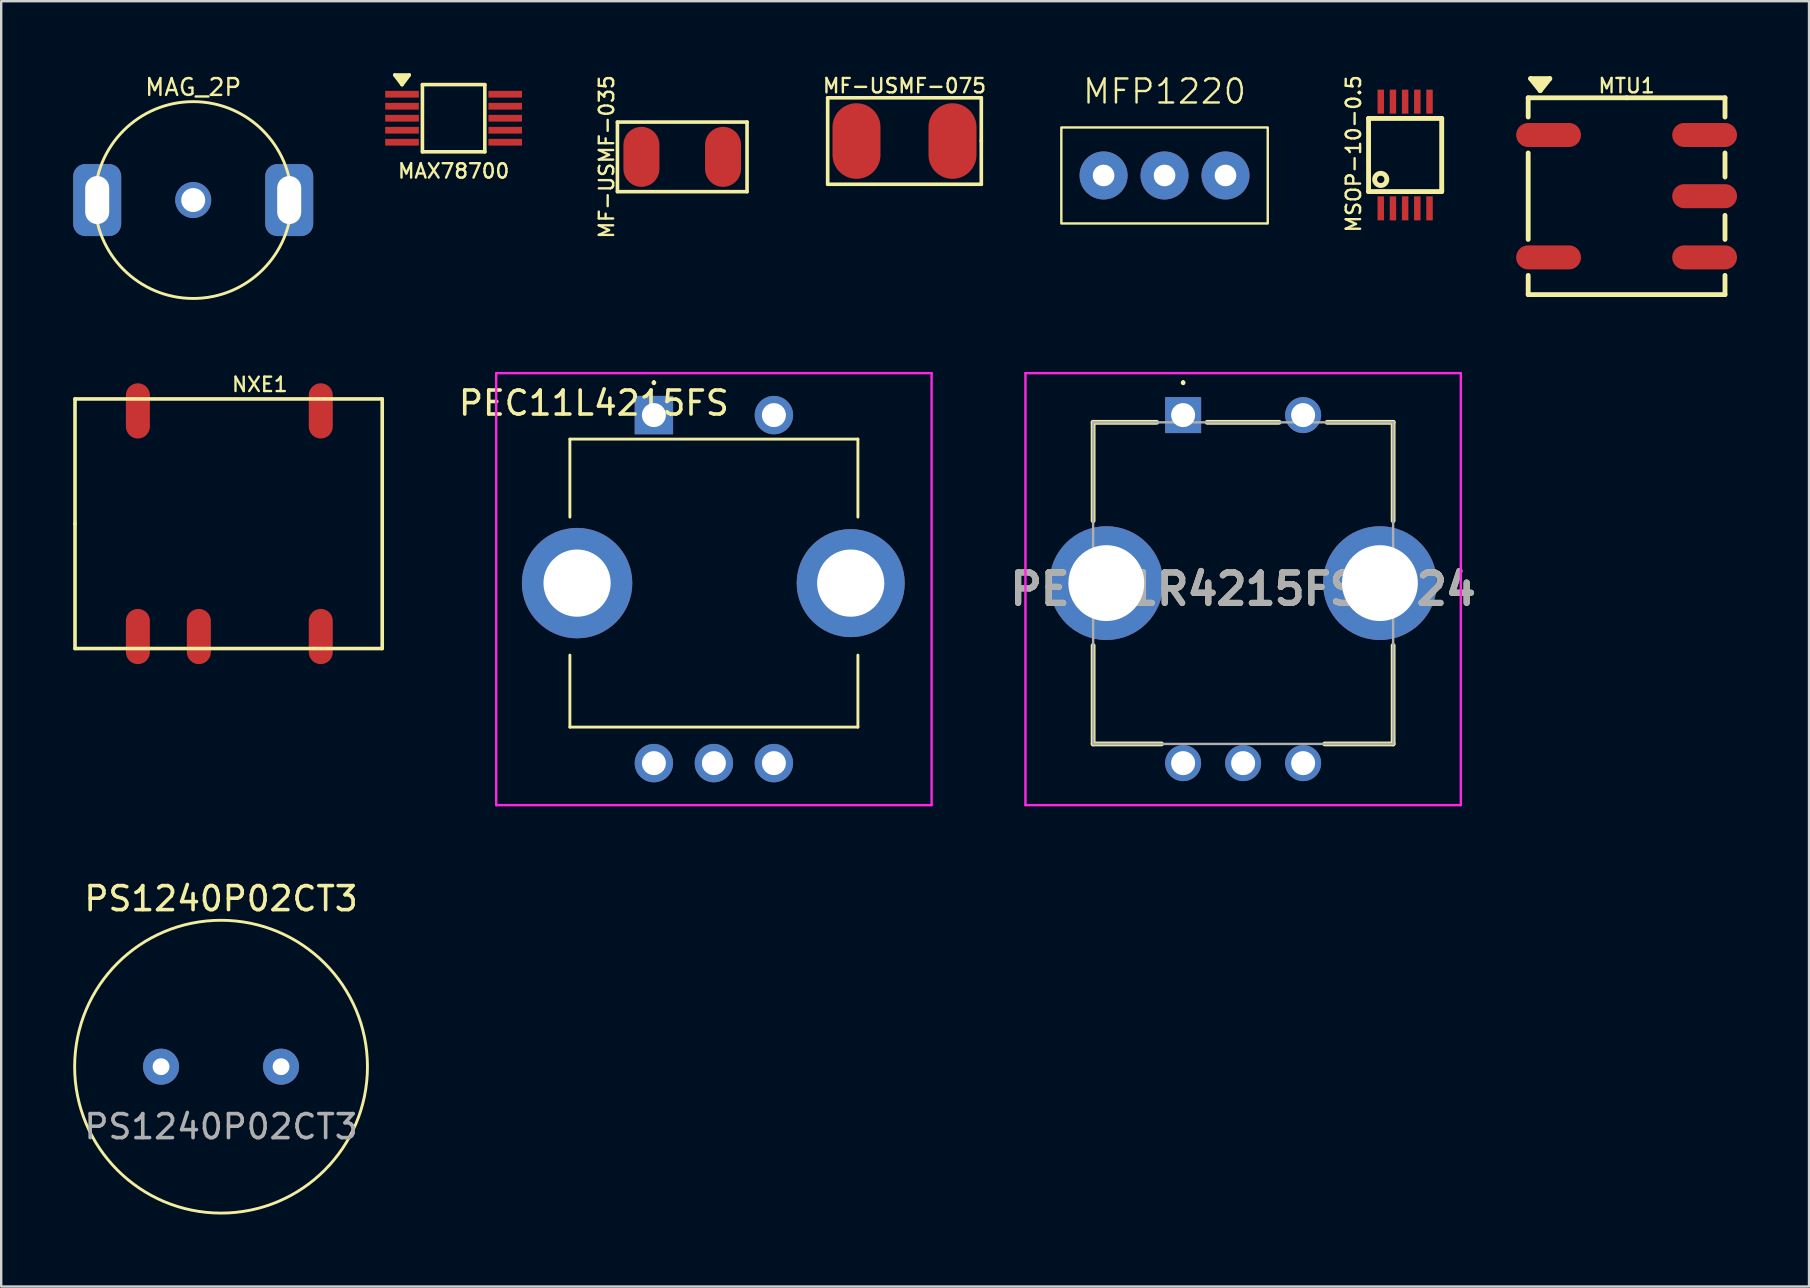
<source format=kicad_pcb>
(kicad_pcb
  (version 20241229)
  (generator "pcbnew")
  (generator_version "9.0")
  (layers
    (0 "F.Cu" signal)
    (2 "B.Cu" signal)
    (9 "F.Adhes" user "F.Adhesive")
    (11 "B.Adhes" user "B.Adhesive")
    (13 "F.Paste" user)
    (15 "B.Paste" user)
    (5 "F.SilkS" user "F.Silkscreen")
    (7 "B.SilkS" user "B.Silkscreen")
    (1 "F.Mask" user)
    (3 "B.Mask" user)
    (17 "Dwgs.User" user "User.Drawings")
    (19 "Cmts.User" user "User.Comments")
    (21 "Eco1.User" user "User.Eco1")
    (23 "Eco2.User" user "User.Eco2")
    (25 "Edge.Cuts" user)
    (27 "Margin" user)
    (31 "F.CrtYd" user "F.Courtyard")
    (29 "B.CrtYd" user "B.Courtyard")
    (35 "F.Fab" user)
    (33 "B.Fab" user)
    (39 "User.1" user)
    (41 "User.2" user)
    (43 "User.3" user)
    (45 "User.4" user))
  (footprint "MF-USMF-075"
    (layer "F.Cu")
    (at 34.635 2.826)
    (property "Reference" "MF-USMF-075" (at 0 -2.301 0) (layer "F.SilkS") (effects (font (size 0.599 0.599) (thickness 0.099))))
    (attr through_hole)
    (fp_line (start -3.2 -1.801) (end -3.2 1.801) (stroke (width 0.152) (type solid)) (layer "F.SilkS"))
    (fp_line (start -3.2 1.801) (end 3.2 1.801) (stroke (width 0.152) (type solid)) (layer "F.SilkS"))
    (fp_line (start 3.2 -1.801) (end -3.2 -1.801) (stroke (width 0.152) (type solid)) (layer "F.SilkS"))
    (fp_line (start 3.2 0) (end 3.2 -1.801) (stroke (width 0.152) (type solid)) (layer "F.SilkS"))
    (fp_line (start 3.2 1.801) (end 3.2 0) (stroke (width 0.152) (type solid)) (layer "F.SilkS"))
    (pad "1" smd oval (at -2 0) (size 2 3.15) (layers "F.Cu" "F.Mask" "F.Paste"))
    (pad "2" smd oval (at 2 0) (size 2 3.15) (layers "F.Cu" "F.Mask" "F.Paste")))
  (footprint "PEC11R4215FS0024"
    (layer "F.Cu")
    (at 48.744 21.245)
    (property "Reference" "PEC11R4215FS0024" (at 0 0.25 0) (layer "F.SilkS") (effects (font (size 1.27 1.27) (thickness 0.254))))
    (attr through_hole)
    (fp_line (start -6.25 -6.7) (end -6.25 -2.6) (stroke (width 0.2) (type solid)) (layer "F.SilkS"))
    (fp_line (start -6.25 2.6) (end -6.25 6.7) (stroke (width 0.2) (type solid)) (layer "F.SilkS"))
    (fp_line (start -6.25 6.7) (end -3.4 6.7) (stroke (width 0.2) (type solid)) (layer "F.SilkS"))
    (fp_line (start -3.6 -6.7) (end -6.25 -6.7) (stroke (width 0.2) (type solid)) (layer "F.SilkS"))
    (fp_line (start -2.5 -8.4) (end -2.5 -8.4) (stroke (width 0.1) (type solid)) (layer "F.SilkS"))
    (fp_line (start -2.5 -8.3) (end -2.5 -8.3) (stroke (width 0.1) (type solid)) (layer "F.SilkS"))
    (fp_line (start 1.5 -6.7) (end -1.5 -6.7) (stroke (width 0.2) (type solid)) (layer "F.SilkS"))
    (fp_line (start 3.4 6.7) (end 6.25 6.7) (stroke (width 0.2) (type solid)) (layer "F.SilkS"))
    (fp_line (start 6.25 -6.7) (end 3.5 -6.7) (stroke (width 0.2) (type solid)) (layer "F.SilkS"))
    (fp_line (start 6.25 -2.6) (end 6.25 -6.7) (stroke (width 0.2) (type solid)) (layer "F.SilkS"))
    (fp_line (start 6.25 6.7) (end 6.25 2.6) (stroke (width 0.2) (type solid)) (layer "F.SilkS"))
    (fp_arc (start -2.5 -8.4) (mid -2.45 -8.35) (end -2.5 -8.3) (stroke (width 0.1) (type solid)) (layer "F.SilkS"))
    (fp_arc (start -2.5 -8.3) (mid -2.55 -8.35) (end -2.5 -8.4) (stroke (width 0.1) (type solid)) (layer "F.SilkS"))
    (fp_line (start -9.07 -8.75) (end 9.07 -8.75) (stroke (width 0.1) (type solid)) (layer "F.CrtYd"))
    (fp_line (start -9.07 9.25) (end -9.07 -8.75) (stroke (width 0.1) (type solid)) (layer "F.CrtYd"))
    (fp_line (start 9.07 -8.75) (end 9.07 9.25) (stroke (width 0.1) (type solid)) (layer "F.CrtYd"))
    (fp_line (start 9.07 9.25) (end -9.07 9.25) (stroke (width 0.1) (type solid)) (layer "F.CrtYd"))
    (fp_line (start -6.25 -6.7) (end -6.25 6.7) (stroke (width 0.1) (type solid)) (layer "F.Fab"))
    (fp_line (start -6.25 6.7) (end 6.25 6.7) (stroke (width 0.1) (type solid)) (layer "F.Fab"))
    (fp_line (start 6.25 -6.7) (end -6.25 -6.7) (stroke (width 0.1) (type solid)) (layer "F.Fab"))
    (fp_line (start 6.25 6.7) (end 6.25 -6.7) (stroke (width 0.1) (type solid)) (layer "F.Fab"))
    (fp_text user "${REFERENCE}" (at 0 0.25 0) (layer "F.Fab") (effects (font (size 1.27 1.27) (thickness 0.254))))
    (pad "1" thru_hole rect (at -2.5 -7) (size 1.5 1.5) (drill 1) (layers "*.Cu" "*.Mask"))
    (pad "2" thru_hole circle (at 2.5 -7) (size 1.5 1.5) (drill 1) (layers "*.Cu" "*.Mask"))
    (pad "A1" thru_hole circle (at -2.5 7.5) (size 1.5 1.5) (drill 1) (layers "*.Cu" "*.Mask"))
    (pad "B1" thru_hole circle (at 2.5 7.5) (size 1.5 1.5) (drill 1) (layers "*.Cu" "*.Mask"))
    (pad "C1" thru_hole circle (at 0 7.5) (size 1.5 1.5) (drill 1) (layers "*.Cu" "*.Mask"))
    (pad "MH1" thru_hole circle (at -5.7 0) (size 4.74 4.74) (drill 3.16) (layers "*.Cu" "*.Mask"))
    (pad "MH2" thru_hole circle (at 5.7 0) (size 4.74 4.74) (drill 3.16) (layers "*.Cu" "*.Mask")))
  (footprint "MAX78700"
    (layer "F.Cu")
    (at 15.85 1.876)
    (property "Reference" "MAX78700" (at 0 2.2 0) (layer "F.SilkS") (effects (font (size 0.6 0.6) (thickness 0.1))))
    (attr smd)
    (fp_line (start -2.451 -1.801) (end -2.149 -1.4) (stroke (width 0.15) (type solid)) (layer "F.SilkS"))
    (fp_line (start -2.35 -1.699) (end -1.999 -1.699) (stroke (width 0.15) (type solid)) (layer "F.SilkS"))
    (fp_line (start -2.251 -1.6) (end -2.05 -1.6) (stroke (width 0.15) (type solid)) (layer "F.SilkS"))
    (fp_line (start -2.149 -1.4) (end -1.849 -1.801) (stroke (width 0.15) (type solid)) (layer "F.SilkS"))
    (fp_line (start -1.849 -1.801) (end -2.451 -1.801) (stroke (width 0.15) (type solid)) (layer "F.SilkS"))
    (fp_line (start -1.3 -1.4) (end -1.3 1.4) (stroke (width 0.15) (type solid)) (layer "F.SilkS"))
    (fp_line (start -1.3 1.4) (end 1.3 1.4) (stroke (width 0.15) (type solid)) (layer "F.SilkS"))
    (fp_line (start 1.3 -1.4) (end -1.3 -1.4) (stroke (width 0.15) (type solid)) (layer "F.SilkS"))
    (fp_line (start 1.3 1.4) (end 1.3 -1.4) (stroke (width 0.15) (type solid)) (layer "F.SilkS"))
    (pad "1" smd rect (at -2.15 -1 270) (size 0.28 1.4) (layers "F.Cu" "F.Mask" "F.Paste"))
    (pad "2" smd rect (at -2.15 -0.5 270) (size 0.28 1.4) (layers "F.Cu" "F.Mask" "F.Paste"))
    (pad "3" smd rect (at -2.15 0 270) (size 0.28 1.4) (layers "F.Cu" "F.Mask" "F.Paste"))
    (pad "4" smd rect (at -2.15 0.5 270) (size 0.28 1.4) (layers "F.Cu" "F.Mask" "F.Paste"))
    (pad "5" smd rect (at -2.15 1 270) (size 0.28 1.4) (layers "F.Cu" "F.Mask" "F.Paste"))
    (pad "6" smd rect (at 2.15 1 270) (size 0.28 1.4) (layers "F.Cu" "F.Mask" "F.Paste"))
    (pad "7" smd rect (at 2.15 0.5 270) (size 0.28 1.4) (layers "F.Cu" "F.Mask" "F.Paste"))
    (pad "8" smd rect (at 2.15 0 270) (size 0.28 1.4) (layers "F.Cu" "F.Mask" "F.Paste"))
    (pad "9" smd rect (at 2.15 -0.5 270) (size 0.28 1.4) (layers "F.Cu" "F.Mask" "F.Paste"))
    (pad "10" smd rect (at 2.15 -1 270) (size 0.28 1.4) (layers "F.Cu" "F.Mask" "F.Paste")))
  (footprint "PEC11L4215FS"
    (layer "F.Cu")
    (at 26.694 21.245)
    (property "Reference" "PEC11L4215FS" (at -5 -7.5 0) (layer "F.SilkS") (effects (font (size 1 1) (thickness 0.15))))
    (attr through_hole)
    (fp_line (start -6 -6) (end -6 -2.75) (stroke (width 0.12) (type default)) (layer "F.SilkS"))
    (fp_line (start -6 -6) (end 6 -6) (stroke (width 0.12) (type default)) (layer "F.SilkS"))
    (fp_line (start -6 3) (end -6 6) (stroke (width 0.12) (type default)) (layer "F.SilkS"))
    (fp_line (start -6 6) (end 6 6) (stroke (width 0.12) (type default)) (layer "F.SilkS"))
    (fp_line (start -2.5 -8.4) (end -2.5 -8.4) (stroke (width 0.1) (type solid)) (layer "F.SilkS"))
    (fp_line (start -2.5 -8.3) (end -2.5 -8.3) (stroke (width 0.1) (type solid)) (layer "F.SilkS"))
    (fp_line (start 6 -6) (end 6 -2.75) (stroke (width 0.12) (type default)) (layer "F.SilkS"))
    (fp_line (start 6 6) (end 6 3) (stroke (width 0.12) (type default)) (layer "F.SilkS"))
    (fp_arc (start -2.5 -8.4) (mid -2.45 -8.35) (end -2.5 -8.3) (stroke (width 0.1) (type solid)) (layer "F.SilkS"))
    (fp_arc (start -2.5 -8.3) (mid -2.55 -8.35) (end -2.5 -8.4) (stroke (width 0.1) (type solid)) (layer "F.SilkS"))
    (fp_line (start -9.07 -8.75) (end 9.07 -8.75) (stroke (width 0.1) (type solid)) (layer "F.CrtYd"))
    (fp_line (start -9.07 9.25) (end -9.07 -8.75) (stroke (width 0.1) (type solid)) (layer "F.CrtYd"))
    (fp_line (start 9.07 -8.75) (end 9.07 9.25) (stroke (width 0.1) (type solid)) (layer "F.CrtYd"))
    (fp_line (start 9.07 9.25) (end -9.07 9.25) (stroke (width 0.1) (type solid)) (layer "F.CrtYd"))
    (pad "1" thru_hole rect (at -2.5 -7) (size 1.6 1.6) (drill 1) (layers "*.Cu" "*.Mask"))
    (pad "2" thru_hole circle (at 2.5 -7) (size 1.6 1.6) (drill 1) (layers "*.Cu" "*.Mask"))
    (pad "A1" thru_hole circle (at -2.5 7.5) (size 1.6 1.6) (drill 1) (layers "*.Cu" "*.Mask"))
    (pad "B1" thru_hole circle (at 2.5 7.5) (size 1.6 1.6) (drill 1) (layers "*.Cu" "*.Mask"))
    (pad "C1" thru_hole circle (at 0 7.5) (size 1.6 1.6) (drill 1) (layers "*.Cu" "*.Mask"))
    (pad "MH1" thru_hole circle (at -5.7 0) (size 4.6 4.6) (drill 2.8) (layers "*.Cu" "*.Mask"))
    (pad "MH2" thru_hole circle (at 5.7 0) (size 4.5 4.5) (drill 2.8) (layers "*.Cu" "*.Mask")))
  (footprint "MTU1"
    (layer "F.Cu")
    (at 64.721 5.124)
    (property "Reference" "MTU1" (at 0 -4.6 0) (layer "F.SilkS") (effects (font (size 0.599 0.599) (thickness 0.099))))
    (attr through_hole)
    (fp_line (start -4.1 -4.1) (end -4.1 -3.299) (stroke (width 0.201) (type solid)) (layer "F.SilkS"))
    (fp_line (start -4.1 -1.801) (end -4.1 1.801) (stroke (width 0.201) (type solid)) (layer "F.SilkS"))
    (fp_line (start -4.1 3.299) (end -4.1 4.1) (stroke (width 0.201) (type solid)) (layer "F.SilkS"))
    (fp_line (start -4.1 4.1) (end 4.1 4.1) (stroke (width 0.201) (type solid)) (layer "F.SilkS"))
    (fp_line (start -4 -4.9) (end -3.2 -4.9) (stroke (width 0.201) (type solid)) (layer "F.SilkS"))
    (fp_line (start -3.599 -4.399) (end -4 -4.9) (stroke (width 0.201) (type solid)) (layer "F.SilkS"))
    (fp_line (start -3.5 -4.6) (end -3.701 -4.6) (stroke (width 0.201) (type solid)) (layer "F.SilkS"))
    (fp_line (start -3.401 -4.699) (end -3.8 -4.699) (stroke (width 0.201) (type solid)) (layer "F.SilkS"))
    (fp_line (start -3.2 -4.9) (end -3.599 -4.399) (stroke (width 0.201) (type solid)) (layer "F.SilkS"))
    (fp_line (start 0 -4.1) (end -4.1 -4.1) (stroke (width 0.201) (type solid)) (layer "F.SilkS"))
    (fp_line (start 0 -4.1) (end 4.1 -4.1) (stroke (width 0.201) (type solid)) (layer "F.SilkS"))
    (fp_line (start 4.1 -4.1) (end 4.1 -3.299) (stroke (width 0.201) (type solid)) (layer "F.SilkS"))
    (fp_line (start 4.1 -1.801) (end 4.1 -0.8) (stroke (width 0.201) (type solid)) (layer "F.SilkS"))
    (fp_line (start 4.1 0.8) (end 4.1 1.801) (stroke (width 0.201) (type solid)) (layer "F.SilkS"))
    (fp_line (start 4.1 4.1) (end 4.1 3.299) (stroke (width 0.201) (type solid)) (layer "F.SilkS"))
    (pad "1" smd oval (at -3.251 -2.55) (size 2.7 1.001) (layers "F.Cu" "F.Mask" "F.Paste"))
    (pad "3" smd oval (at -3.251 2.55) (size 2.7 1.001) (layers "F.Cu" "F.Mask" "F.Paste"))
    (pad "4" smd oval (at 3.251 -2.55) (size 2.7 1.001) (layers "F.Cu" "F.Mask" "F.Paste"))
    (pad "5" smd oval (at 3.251 0) (size 2.7 1.001) (layers "F.Cu" "F.Mask" "F.Paste"))
    (pad "6" smd oval (at 3.251 2.55) (size 2.7 1.001) (layers "F.Cu" "F.Mask" "F.Paste")))
  (footprint "MAG_2P"
    (layer "F.Cu")
    (at 5 5.285)
    (property "Reference" "MAG_2P" (at 0 -4.7 0) (layer "F.SilkS") (effects (font (size 0.7 0.7) (thickness 0.1))))
    (attr through_hole)
    (fp_circle (center 0 0) (end -4.1 0) (stroke (width 0.12) (type solid)) (fill no) (layer "F.SilkS"))
    (pad "1" thru_hole circle (at 0 0) (size 1.5 1.5) (drill 1) (layers "*.Cu" "*.Mask"))
    (pad "2" thru_hole roundrect (at -4 0) (size 2 3) (drill oval 1 2) (layers "*.Cu" "*.Mask") (roundrect_rratio 0.25))
    (pad "3" thru_hole roundrect (at 4 0) (size 2 3) (drill oval 1 2) (layers "*.Cu" "*.Mask") (roundrect_rratio 0.25)))
  (footprint "MSOP-10-0.5"
    (layer "F.Cu")
    (at 55.494 3.408)
    (property "Reference" "MSOP-10-0.5" (at -2.149 -0.051 90) (layer "F.SilkS") (effects (font (size 0.599 0.599) (thickness 0.099))))
    (attr smd)
    (fp_line (start -1.524 -1.524) (end 1.524 -1.524) (stroke (width 0.203) (type solid)) (layer "F.SilkS"))
    (fp_line (start -1.524 1.524) (end -1.524 -1.524) (stroke (width 0.203) (type solid)) (layer "F.SilkS"))
    (fp_line (start 1.524 -1.524) (end 1.524 1.524) (stroke (width 0.203) (type solid)) (layer "F.SilkS"))
    (fp_line (start 1.524 1.524) (end -1.524 1.524) (stroke (width 0.203) (type solid)) (layer "F.SilkS"))
    (fp_circle (center -1.016 1.016) (end -1.016 0.762) (stroke (width 0.203) (type solid)) (fill no) (layer "F.SilkS"))
    (pad "1" smd rect (at -1.016 2.223) (size 0.269 1.001) (layers "F.Cu" "F.Mask" "F.Paste"))
    (pad "2" smd rect (at -0.508 2.223) (size 0.269 1.001) (layers "F.Cu" "F.Mask" "F.Paste"))
    (pad "3" smd rect (at 0 2.223) (size 0.269 1.001) (layers "F.Cu" "F.Mask" "F.Paste"))
    (pad "4" smd rect (at 0.508 2.223) (size 0.269 1.001) (layers "F.Cu" "F.Mask" "F.Paste"))
    (pad "5" smd rect (at 1.016 2.223) (size 0.269 1.001) (layers "F.Cu" "F.Mask" "F.Paste"))
    (pad "6" smd rect (at 1.016 -2.223) (size 0.269 1.001) (layers "F.Cu" "F.Mask" "F.Paste"))
    (pad "7" smd rect (at 0.508 -2.223) (size 0.269 1.001) (layers "F.Cu" "F.Mask" "F.Paste"))
    (pad "8" smd rect (at 0 -2.223) (size 0.269 1.001) (layers "F.Cu" "F.Mask" "F.Paste"))
    (pad "9" smd rect (at -0.508 -2.223) (size 0.269 1.001) (layers "F.Cu" "F.Mask" "F.Paste"))
    (pad "10" smd rect (at -1.016 -2.223) (size 0.269 1.001) (layers "F.Cu" "F.Mask" "F.Paste")))
  (footprint "NXE1"
    (layer "F.Cu")
    (at 7.775 18.77)
    (property "Reference" "NXE1" (at 0 -5.8 0) (layer "F.SilkS") (effects (font (size 0.599 0.599) (thickness 0.099))))
    (attr through_hole)
    (fp_line (start -7.7 -5.2) (end 5.1 -5.2) (stroke (width 0.15) (type solid)) (layer "F.SilkS"))
    (fp_line (start -7.7 0) (end -7.7 -5.2) (stroke (width 0.15) (type solid)) (layer "F.SilkS"))
    (fp_line (start -7.7 5.2) (end -7.7 0) (stroke (width 0.15) (type solid)) (layer "F.SilkS"))
    (fp_line (start 5.1 -5.2) (end 5.1 5.2) (stroke (width 0.15) (type solid)) (layer "F.SilkS"))
    (fp_line (start 5.1 5.2) (end -7.7 5.2) (stroke (width 0.15) (type solid)) (layer "F.SilkS"))
    (pad "1" smd oval (at -5.08 4.7) (size 1 2.3) (layers "F.Cu" "F.Mask" "F.Paste"))
    (pad "3" smd oval (at -2.54 4.7) (size 1 2.3) (layers "F.Cu" "F.Mask" "F.Paste"))
    (pad "7" smd oval (at 2.54 4.7) (size 1 2.3) (layers "F.Cu" "F.Mask" "F.Paste"))
    (pad "8" smd oval (at 2.54 -4.7) (size 1 2.3) (layers "F.Cu" "F.Mask" "F.Paste"))
    (pad "14" smd oval (at -5.08 -4.7) (size 1 2.3) (layers "F.Cu" "F.Mask" "F.Paste")))
  (footprint "MFP1220"
    (layer "F.Cu")
    (at 45.47 4.261)
    (property "Reference" "MFP1220" (at 0 -3.5 0) (unlocked yes) (layer "F.SilkS") (effects (font (size 1 1) (thickness 0.1))))
    (attr through_hole)
    (fp_rect (start -4.3 -2) (end 4.3 2) (stroke (width 0.1) (type default)) (fill no) (layer "F.SilkS"))
    (pad "1" thru_hole circle (at -2.54 0) (size 2 2) (drill 0.9) (layers "*.Cu" "*.Mask"))
    (pad "2" thru_hole circle (at 0 0) (size 2 2) (drill 0.9) (layers "*.Cu" "*.Mask"))
    (pad "3" thru_hole circle (at 2.54 0) (size 2 2) (drill 0.9) (layers "*.Cu" "*.Mask")))
  (footprint "PS1240P02CT3"
    (layer "F.Cu")
    (at 6.16 41.393)
    (property "Reference" "PS1240P02CT3" (at 0 -7 0) (unlocked yes) (layer "F.SilkS") (effects (font (size 1 1) (thickness 0.15))))
    (attr through_hole)
    (fp_circle (center 0 0) (end 6.1 0) (stroke (width 0.12) (type default)) (fill no) (layer "F.SilkS"))
    (fp_text user "${REFERENCE}" (at 0 2.5 0) (unlocked yes) (layer "F.Fab") (effects (font (size 1 1) (thickness 0.15))))
    (pad "1" thru_hole circle (at -2.5 0) (size 1.5 1.5) (drill 0.7) (layers "*.Cu" "*.Mask"))
    (pad "2" thru_hole circle (at 2.5 0) (size 1.5 1.5) (drill 0.7) (layers "*.Cu" "*.Mask")))
  (footprint "MF-USMF-035"
    (layer "F.Cu")
    (at 25.375 3.485)
    (property "Reference" "MF-USMF-035" (at -3.15 0 90) (layer "F.SilkS") (effects (font (size 0.599 0.599) (thickness 0.099))))
    (attr through_hole)
    (fp_line (start -2.7 -1.45) (end -2.7 1.45) (stroke (width 0.15) (type solid)) (layer "F.SilkS"))
    (fp_line (start -2.7 1.45) (end 2.7 1.45) (stroke (width 0.15) (type solid)) (layer "F.SilkS"))
    (fp_line (start 2.7 -1.45) (end -2.7 -1.45) (stroke (width 0.15) (type solid)) (layer "F.SilkS"))
    (fp_line (start 2.7 1.45) (end 2.7 -1.45) (stroke (width 0.15) (type solid)) (layer "F.SilkS"))
    (pad "1" smd oval (at -1.7 0) (size 1.5 2.5) (layers "F.Cu" "F.Mask" "F.Paste"))
    (pad "2" smd oval (at 1.7 0) (size 1.5 2.5) (layers "F.Cu" "F.Mask" "F.Paste")))
  (gr_rect
    (start -3 -3)
    (end 72.322 50.553)
    (stroke (width 0.1) (type default))
    (fill no)
    (layer "Edge.Cuts")))
</source>
